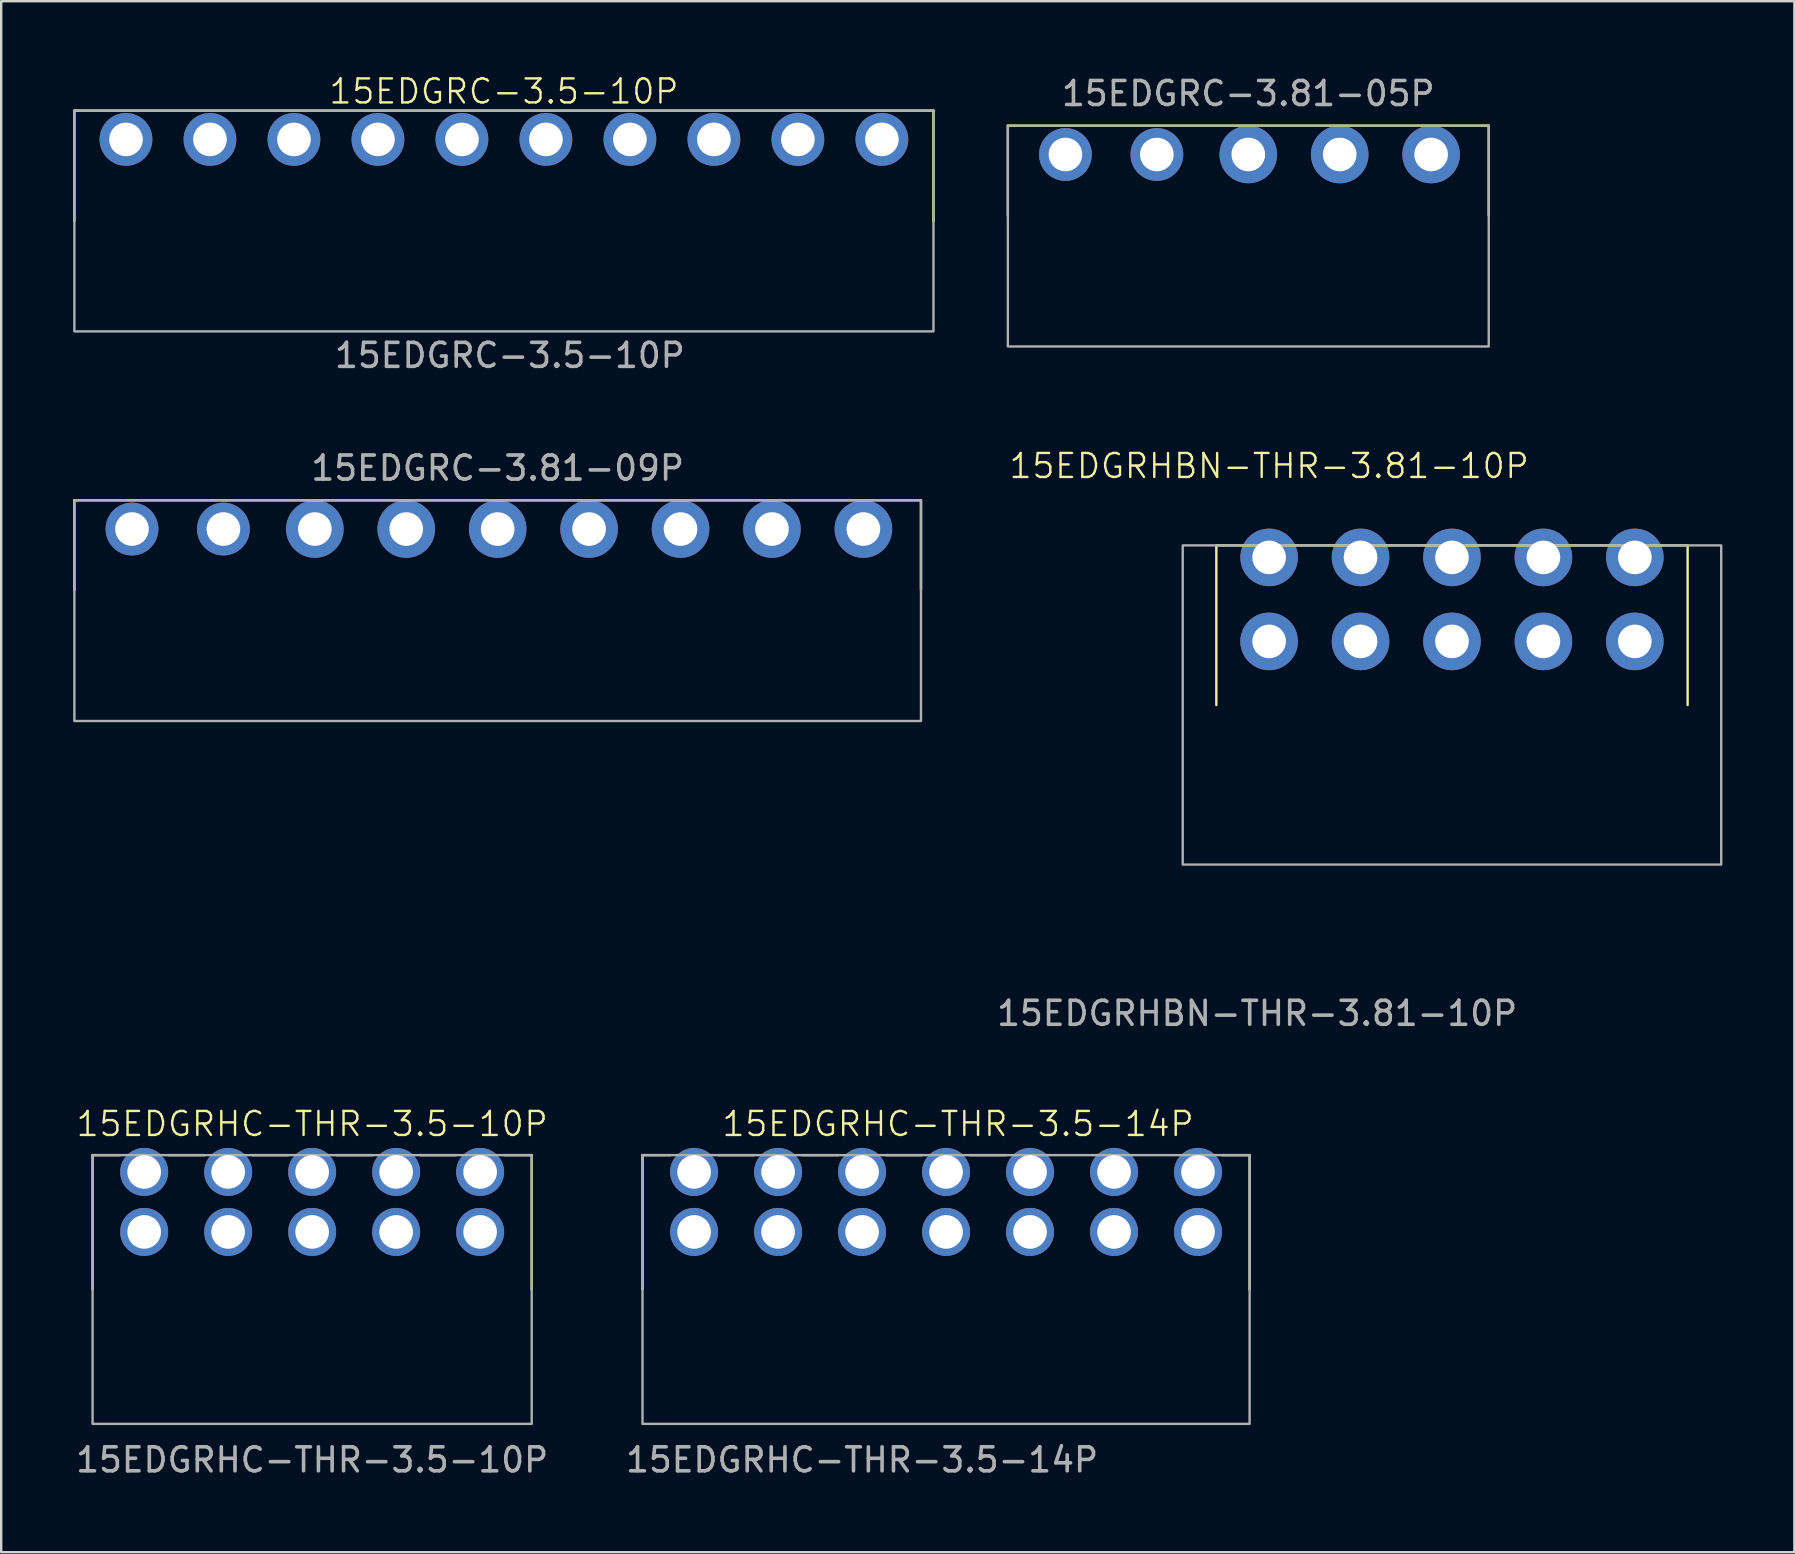
<source format=kicad_pcb>
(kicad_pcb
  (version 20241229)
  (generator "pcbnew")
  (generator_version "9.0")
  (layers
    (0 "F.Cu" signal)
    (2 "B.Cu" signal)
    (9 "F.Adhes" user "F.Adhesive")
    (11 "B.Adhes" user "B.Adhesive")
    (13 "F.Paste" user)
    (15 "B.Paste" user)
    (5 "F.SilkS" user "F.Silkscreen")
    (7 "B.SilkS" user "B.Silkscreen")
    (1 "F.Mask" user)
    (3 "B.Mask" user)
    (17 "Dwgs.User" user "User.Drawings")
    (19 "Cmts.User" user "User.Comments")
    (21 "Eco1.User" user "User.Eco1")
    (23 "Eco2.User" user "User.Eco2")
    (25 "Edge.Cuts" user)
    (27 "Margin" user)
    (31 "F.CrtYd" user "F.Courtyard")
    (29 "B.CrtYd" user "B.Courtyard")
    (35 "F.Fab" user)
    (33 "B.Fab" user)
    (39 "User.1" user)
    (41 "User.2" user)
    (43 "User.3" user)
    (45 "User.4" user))
  (footprint "15EDGRHC-THR-3.5-10P"
    (layer "F.Cu")
    (at 9.958 45.788)
    (property "Reference" "15EDGRHC-THR-3.5-10P" (at 0 -2 0) (unlocked yes) (layer "F.SilkS") (effects (font (size 1 1) (thickness 0.1))))
    (attr through_hole)
    (fp_line (start -9.15 -0.7) (end -8 -0.7) (stroke (width 0.1) (type default)) (layer "F.SilkS"))
    (fp_line (start -9.15 4.9) (end -9.15 -0.7) (stroke (width 0.1) (type default)) (layer "F.SilkS"))
    (fp_line (start -6 -0.7) (end -4.5 -0.7) (stroke (width 0.1) (type default)) (layer "F.SilkS"))
    (fp_line (start -2.5 -0.7) (end -1 -0.7) (stroke (width 0.1) (type default)) (layer "F.SilkS"))
    (fp_line (start 1 -0.7) (end 2.5 -0.7) (stroke (width 0.1) (type default)) (layer "F.SilkS"))
    (fp_line (start 4.5 -0.7) (end 6 -0.7) (stroke (width 0.1) (type default)) (layer "F.SilkS"))
    (fp_line (start 8 -0.7) (end 9.15 -0.7) (stroke (width 0.1) (type default)) (layer "F.SilkS"))
    (fp_line (start 9.15 -0.7) (end 9.15 4.9) (stroke (width 0.1) (type default)) (layer "F.SilkS"))
    (fp_rect (start -9.15 -0.7) (end 9.15 10.5) (stroke (width 0.1) (type default)) (fill no) (layer "F.Fab"))
    (fp_text user "${REFERENCE}" (at 0 12 0) (unlocked yes) (layer "F.Fab") (effects (font (size 1 1) (thickness 0.15))))
    (pad "1" thru_hole circle (at -7 0) (size 2 2) (drill 1.4) (layers "*.Cu" "*.Mask"))
    (pad "2" thru_hole circle (at -3.5 0) (size 2 2) (drill 1.4) (layers "*.Cu" "*.Mask"))
    (pad "3" thru_hole circle (at 0 0) (size 2 2) (drill 1.4) (layers "*.Cu" "*.Mask"))
    (pad "4" thru_hole circle (at 3.5 0) (size 2 2) (drill 1.4) (layers "*.Cu" "*.Mask"))
    (pad "5" thru_hole circle (at 7 0) (size 2 2) (drill 1.4) (layers "*.Cu" "*.Mask"))
    (pad "6" thru_hole circle (at -7 2.5) (size 2 2) (drill 1.4) (layers "*.Cu" "*.Mask"))
    (pad "7" thru_hole circle (at -3.5 2.5) (size 2 2) (drill 1.4) (layers "*.Cu" "*.Mask"))
    (pad "8" thru_hole circle (at 0 2.5) (size 2 2) (drill 1.4) (layers "*.Cu" "*.Mask"))
    (pad "9" thru_hole circle (at 3.5 2.5) (size 2 2) (drill 1.4) (layers "*.Cu" "*.Mask"))
    (pad "10" thru_hole circle (at 7 2.5) (size 2 2) (drill 1.4) (layers "*.Cu" "*.Mask")))
  (footprint "15EDGRC-3.5-10P"
    (layer "F.Cu")
    (at 2.2 2.76)
    (property "Reference" "15EDGRC-3.5-10P" (at 15.75 -2 0) (unlocked yes) (layer "F.SilkS") (effects (font (size 1 1) (thickness 0.1))))
    (attr through_hole)
    (fp_line (start -2.15 -1.2) (end 33.65 -1.2) (stroke (width 0.1) (type default)) (layer "F.SilkS"))
    (fp_line (start -2.15 3.4) (end -2.15 -1.2) (stroke (width 0.1) (type default)) (layer "F.SilkS"))
    (fp_line (start 33.65 -1.2) (end 33.65 3.4) (stroke (width 0.1) (type default)) (layer "F.SilkS"))
    (fp_rect (start -2.15 -1.2) (end 33.65 8) (stroke (width 0.1) (type default)) (fill no) (layer "F.Fab"))
    (fp_text user "${REFERENCE}" (at 16 9 0) (unlocked yes) (layer "F.Fab") (effects (font (size 1 1) (thickness 0.15))))
    (pad "1" thru_hole circle (at 0 0) (size 2.2 2.2) (drill 1.4) (layers "*.Cu" "*.Mask"))
    (pad "2" thru_hole circle (at 3.5 0) (size 2.2 2.2) (drill 1.4) (layers "*.Cu" "*.Mask"))
    (pad "3" thru_hole circle (at 7 0) (size 2.2 2.2) (drill 1.4) (layers "*.Cu" "*.Mask"))
    (pad "4" thru_hole circle (at 10.5 0) (size 2.2 2.2) (drill 1.4) (layers "*.Cu" "*.Mask"))
    (pad "5" thru_hole circle (at 14 0) (size 2.2 2.2) (drill 1.4) (layers "*.Cu" "*.Mask"))
    (pad "6" thru_hole circle (at 17.5 0) (size 2.2 2.2) (drill 1.4) (layers "*.Cu" "*.Mask"))
    (pad "7" thru_hole circle (at 21 0) (size 2.2 2.2) (drill 1.4) (layers "*.Cu" "*.Mask"))
    (pad "8" thru_hole circle (at 24.5 0) (size 2.2 2.2) (drill 1.4) (layers "*.Cu" "*.Mask"))
    (pad "9" thru_hole circle (at 28 0) (size 2.2 2.2) (drill 1.4) (layers "*.Cu" "*.Mask"))
    (pad "10" thru_hole circle (at 31.5 0) (size 2.2 2.2) (drill 1.4) (layers "*.Cu" "*.Mask")))
  (footprint "15EDGRHBN-THR-3.81-10P"
    (layer "F.Cu")
    (at 57.458 20.179)
    (property "Reference" "15EDGRHBN-THR-3.81-10P" (at -7.62 -3.81 0) (unlocked yes) (layer "F.SilkS") (effects (font (size 1 1) (thickness 0.1))))
    (attr through_hole)
    (fp_line (start -9.82 -0.5) (end 9.82 -0.5) (stroke (width 0.1) (type default)) (layer "F.SilkS"))
    (fp_line (start -9.82 6.15) (end -9.82 -0.5) (stroke (width 0.1) (type default)) (layer "F.SilkS"))
    (fp_line (start 9.82 -0.5) (end 9.82 6.15) (stroke (width 0.1) (type default)) (layer "F.SilkS"))
    (fp_rect (start -11.22 -0.5) (end 11.22 12.8) (stroke (width 0.1) (type default)) (fill no) (layer "F.Fab"))
    (fp_text user "${REFERENCE}" (at -8.12 19 0) (unlocked yes) (layer "F.Fab") (effects (font (size 1 1) (thickness 0.15))))
    (pad "1" thru_hole circle (at -7.62 0) (size 2.4 2.4) (drill 1.4) (layers "*.Cu" "*.Mask"))
    (pad "2" thru_hole circle (at -3.81 0) (size 2.4 2.4) (drill 1.4) (layers "*.Cu" "*.Mask"))
    (pad "3" thru_hole circle (at 0 0) (size 2.4 2.4) (drill 1.4) (layers "*.Cu" "*.Mask"))
    (pad "4" thru_hole circle (at 3.81 0) (size 2.4 2.4) (drill 1.4) (layers "*.Cu" "*.Mask"))
    (pad "5" thru_hole circle (at 7.62 0) (size 2.4 2.4) (drill 1.4) (layers "*.Cu" "*.Mask"))
    (pad "6" thru_hole circle (at -7.62 3.5) (size 2.4 2.4) (drill 1.4) (layers "*.Cu" "*.Mask"))
    (pad "7" thru_hole circle (at -3.81 3.5) (size 2.4 2.4) (drill 1.4) (layers "*.Cu" "*.Mask"))
    (pad "8" thru_hole circle (at 0 3.5) (size 2.4 2.4) (drill 1.4) (layers "*.Cu" "*.Mask"))
    (pad "9" thru_hole circle (at 3.81 3.5) (size 2.4 2.4) (drill 1.4) (layers "*.Cu" "*.Mask"))
    (pad "10" thru_hole circle (at 7.62 3.5) (size 2.4 2.4) (drill 1.4) (layers "*.Cu" "*.Mask")))
  (footprint "15EDGRHC-THR-3.5-14P"
    (layer "F.Cu")
    (at 32.875 45.788)
    (property "Reference" "15EDGRHC-THR-3.5-14P" (at 4 -2 0) (unlocked yes) (layer "F.SilkS") (effects (font (size 1 1) (thickness 0.1))))
    (attr through_hole)
    (fp_line (start -9.15 -0.7) (end -8 -0.7) (stroke (width 0.1) (type default)) (layer "F.SilkS"))
    (fp_line (start -9.15 4.9) (end -9.15 -0.7) (stroke (width 0.1) (type default)) (layer "F.SilkS"))
    (fp_line (start -6 -0.7) (end -4.5 -0.7) (stroke (width 0.1) (type default)) (layer "F.SilkS"))
    (fp_line (start -2.5 -0.7) (end -1 -0.7) (stroke (width 0.1) (type default)) (layer "F.SilkS"))
    (fp_line (start 1 -0.7) (end 2.5 -0.7) (stroke (width 0.1) (type default)) (layer "F.SilkS"))
    (fp_line (start 4.5 -0.7) (end 6 -0.7) (stroke (width 0.1) (type default)) (layer "F.SilkS"))
    (fp_line (start 15 -0.7) (end 16.15 -0.7) (stroke (width 0.1) (type default)) (layer "F.SilkS"))
    (fp_line (start 16.15 -0.7) (end 16.15 4.9) (stroke (width 0.1) (type default)) (layer "F.SilkS"))
    (fp_rect (start -9.15 -0.7) (end 16.15 10.5) (stroke (width 0.1) (type default)) (fill no) (layer "F.Fab"))
    (fp_text user "${REFERENCE}" (at 0 12 0) (unlocked yes) (layer "F.Fab") (effects (font (size 1 1) (thickness 0.15))))
    (pad "1" thru_hole circle (at -7 0) (size 2 2) (drill 1.4) (layers "*.Cu" "*.Mask"))
    (pad "2" thru_hole circle (at -3.5 0) (size 2 2) (drill 1.4) (layers "*.Cu" "*.Mask"))
    (pad "3" thru_hole circle (at 0 0) (size 2 2) (drill 1.4) (layers "*.Cu" "*.Mask"))
    (pad "4" thru_hole circle (at 3.5 0) (size 2 2) (drill 1.4) (layers "*.Cu" "*.Mask"))
    (pad "5" thru_hole circle (at 7 0) (size 2 2) (drill 1.4) (layers "*.Cu" "*.Mask"))
    (pad "6" thru_hole circle (at 10.5 0) (size 2 2) (drill 1.4) (layers "*.Cu" "*.Mask"))
    (pad "7" thru_hole circle (at 14 0) (size 2 2) (drill 1.4) (layers "*.Cu" "*.Mask"))
    (pad "8" thru_hole circle (at -7 2.5) (size 2 2) (drill 1.4) (layers "*.Cu" "*.Mask"))
    (pad "9" thru_hole circle (at -3.5 2.5) (size 2 2) (drill 1.4) (layers "*.Cu" "*.Mask"))
    (pad "10" thru_hole circle (at 0 2.5) (size 2 2) (drill 1.4) (layers "*.Cu" "*.Mask"))
    (pad "11" thru_hole circle (at 3.5 2.5) (size 2 2) (drill 1.4) (layers "*.Cu" "*.Mask"))
    (pad "12" thru_hole circle (at 7 2.5) (size 2 2) (drill 1.4) (layers "*.Cu" "*.Mask"))
    (pad "13" thru_hole circle (at 10.5 2.5) (size 2 2) (drill 1.4) (layers "*.Cu" "*.Mask"))
    (pad "14" thru_hole circle (at 14 2.5) (size 2 2) (drill 1.4) (layers "*.Cu" "*.Mask")))
  (footprint "15EDGRC-3.81-05P"
    (layer "F.Cu")
    (at 41.35 3.388)
    (property "Reference" "15EDGRC-3.81-05P" (at 7.62 -2.54 0) (unlocked yes) (layer "F.SilkS") (effects (font (size 1 1) (thickness 0.1))))
    (attr through_hole)
    (fp_line (start -2.4 -1.2) (end 17.64 -1.2) (stroke (width 0.1) (type default)) (layer "F.SilkS"))
    (fp_line (start -2.4 2.54) (end -2.4 -1.2) (stroke (width 0.1) (type default)) (layer "F.SilkS"))
    (fp_line (start 17.64 -1.2) (end 17.64 2.54) (stroke (width 0.1) (type default)) (layer "F.SilkS"))
    (fp_rect (start -2.4 -1.2) (end 17.64 8) (stroke (width 0.1) (type default)) (fill no) (layer "F.Fab"))
    (fp_text user "${REFERENCE}" (at 7.62 -2.54 0) (unlocked yes) (layer "F.Fab") (effects (font (size 1 1) (thickness 0.15))))
    (pad "1" thru_hole circle (at 0 0) (size 2.2 2.2) (drill 1.4) (layers "*.Cu" "*.Mask"))
    (pad "2" thru_hole circle (at 3.81 0) (size 2.2 2.2) (drill 1.4) (layers "*.Cu" "*.Mask"))
    (pad "3" thru_hole circle (at 7.62 0) (size 2.4 2.4) (drill 1.4) (layers "*.Cu" "*.Mask"))
    (pad "4" thru_hole circle (at 11.43 0) (size 2.4 2.4) (drill 1.4) (layers "*.Cu" "*.Mask"))
    (pad "5" thru_hole circle (at 15.24 0) (size 2.4 2.4) (drill 1.4) (layers "*.Cu" "*.Mask")))
  (footprint "15EDGRC-3.81-09P"
    (layer "F.Cu")
    (at 2.45 18.997)
    (property "Reference" "15EDGRC-3.81-09P" (at 15.24 -2.54 0) (unlocked yes) (layer "F.SilkS") (effects (font (size 1 1) (thickness 0.1))))
    (attr through_hole)
    (fp_line (start -2.4 -1.2) (end 32.88 -1.2) (stroke (width 0.1) (type default)) (layer "F.SilkS"))
    (fp_line (start -2.4 2.54) (end -2.4 -1.2) (stroke (width 0.1) (type default)) (layer "F.SilkS"))
    (fp_line (start 32.88 -1.2) (end 32.88 2.54) (stroke (width 0.1) (type default)) (layer "F.SilkS"))
    (fp_rect (start -2.4 -1.2) (end 32.88 8) (stroke (width 0.1) (type default)) (fill no) (layer "F.Fab"))
    (fp_text user "${REFERENCE}" (at 15.24 -2.54 0) (unlocked yes) (layer "F.Fab") (effects (font (size 1 1) (thickness 0.15))))
    (pad "1" thru_hole circle (at 0 0) (size 2.2 2.2) (drill 1.4) (layers "*.Cu" "*.Mask"))
    (pad "2" thru_hole circle (at 3.81 0) (size 2.2 2.2) (drill 1.4) (layers "*.Cu" "*.Mask"))
    (pad "3" thru_hole circle (at 7.62 0) (size 2.4 2.4) (drill 1.4) (layers "*.Cu" "*.Mask"))
    (pad "4" thru_hole circle (at 11.43 0) (size 2.4 2.4) (drill 1.4) (layers "*.Cu" "*.Mask"))
    (pad "5" thru_hole circle (at 15.24 0) (size 2.4 2.4) (drill 1.4) (layers "*.Cu" "*.Mask"))
    (pad "6" thru_hole circle (at 19.05 0) (size 2.4 2.4) (drill 1.4) (layers "*.Cu" "*.Mask"))
    (pad "7" thru_hole circle (at 22.86 0) (size 2.4 2.4) (drill 1.4) (layers "*.Cu" "*.Mask"))
    (pad "8" thru_hole circle (at 26.67 0) (size 2.4 2.4) (drill 1.4) (layers "*.Cu" "*.Mask"))
    (pad "9" thru_hole circle (at 30.48 0) (size 2.4 2.4) (drill 1.4) (layers "*.Cu" "*.Mask")))
  (gr_rect
    (start -3 -3)
    (end 71.728 61.636)
    (stroke (width 0.1) (type default))
    (fill no)
    (layer "Edge.Cuts")))
</source>
